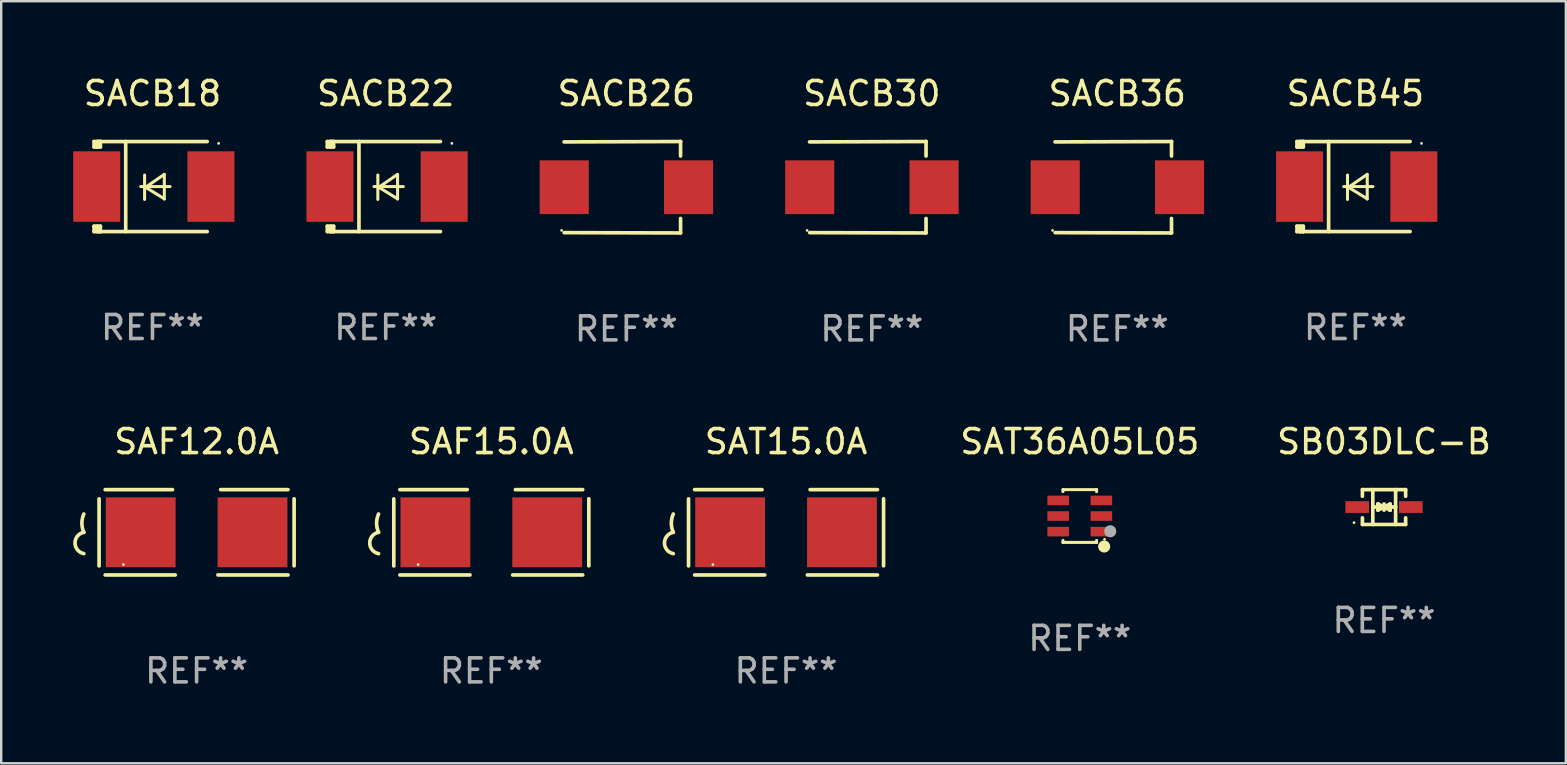
<source format=kicad_pcb>
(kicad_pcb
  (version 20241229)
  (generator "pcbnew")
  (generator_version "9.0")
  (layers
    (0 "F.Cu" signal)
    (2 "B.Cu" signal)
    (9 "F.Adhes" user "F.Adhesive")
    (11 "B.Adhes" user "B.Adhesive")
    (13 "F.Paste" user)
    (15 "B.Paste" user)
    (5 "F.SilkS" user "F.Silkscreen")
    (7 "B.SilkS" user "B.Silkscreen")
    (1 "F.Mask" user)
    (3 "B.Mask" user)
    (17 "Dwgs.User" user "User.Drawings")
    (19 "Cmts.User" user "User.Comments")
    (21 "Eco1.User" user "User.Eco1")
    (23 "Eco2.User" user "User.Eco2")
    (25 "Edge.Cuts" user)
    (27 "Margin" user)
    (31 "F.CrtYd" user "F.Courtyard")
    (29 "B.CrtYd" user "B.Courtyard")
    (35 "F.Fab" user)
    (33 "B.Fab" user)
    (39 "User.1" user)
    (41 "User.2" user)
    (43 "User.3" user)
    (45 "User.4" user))
  (footprint "SAF15.0A"
    (layer "F.Cu")
    (at 17.425 19.133)
    (property "Reference" "SAF15.0A" (at 0 -3.778 0) (layer "F.SilkS") (effects (font (size 1 1) (thickness 0.15))))
    (attr through_hole)
    (fp_line (start -4.064 -1.393) (end -4.064 1.401) (stroke (width 0.152) (type solid)) (layer "F.SilkS"))
    (fp_line (start -3.81 -1.778) (end -1.002 -1.778) (stroke (width 0.152) (type solid)) (layer "F.SilkS"))
    (fp_line (start -0.889 1.778) (end -3.81 1.778) (stroke (width 0.152) (type solid)) (layer "F.SilkS"))
    (fp_line (start 0.889 1.778) (end 3.81 1.778) (stroke (width 0.152) (type solid)) (layer "F.SilkS"))
    (fp_line (start 3.81 -1.778) (end 1.002 -1.778) (stroke (width 0.152) (type solid)) (layer "F.SilkS"))
    (fp_line (start 4.064 -1.397) (end 4.064 1.397) (stroke (width 0.152) (type solid)) (layer "F.SilkS"))
    (fp_arc (start -4.699009 0) (mid -4.780645 -0.381001) (end -4.699009 -0.762002) (stroke (width 0.151994) (type solid)) (layer "F.SilkS"))
    (fp_arc (start -4.699009 0.889002) (mid -5.066697 0.444501) (end -4.699009 0) (stroke (width 0.151994) (type solid)) (layer "F.SilkS"))
    (fp_circle (center -3.05 1.347) (end -3.02 1.347) (stroke (width 0.06) (type solid)) (fill no) (layer "F.SilkS"))
    (fp_text user "REF**" (at 0 5.778 0) (layer "F.Fab") (effects (font (size 1 1) (thickness 0.15))))
    (pad "1" smd rect (at -2.33 0) (size 2.91 2.911) (layers "F.Cu" "F.Mask" "F.Paste"))
    (pad "2" smd rect (at 2.33 0) (size 2.91 2.911) (layers "F.Cu" "F.Mask" "F.Paste")))
  (footprint "SAT15.0A"
    (layer "F.Cu")
    (at 29.708 19.133)
    (property "Reference" "SAT15.0A" (at 0 -3.778 0) (layer "F.SilkS") (effects (font (size 1 1) (thickness 0.15))))
    (attr through_hole)
    (fp_line (start -4.064 -1.393) (end -4.064 1.401) (stroke (width 0.152) (type solid)) (layer "F.SilkS"))
    (fp_line (start -3.81 -1.778) (end -1.002 -1.778) (stroke (width 0.152) (type solid)) (layer "F.SilkS"))
    (fp_line (start -0.889 1.778) (end -3.81 1.778) (stroke (width 0.152) (type solid)) (layer "F.SilkS"))
    (fp_line (start 0.889 1.778) (end 3.81 1.778) (stroke (width 0.152) (type solid)) (layer "F.SilkS"))
    (fp_line (start 3.81 -1.778) (end 1.002 -1.778) (stroke (width 0.152) (type solid)) (layer "F.SilkS"))
    (fp_line (start 4.064 -1.397) (end 4.064 1.397) (stroke (width 0.152) (type solid)) (layer "F.SilkS"))
    (fp_arc (start -4.699009 0) (mid -4.780645 -0.381001) (end -4.699009 -0.762002) (stroke (width 0.151994) (type solid)) (layer "F.SilkS"))
    (fp_arc (start -4.699009 0.889002) (mid -5.066697 0.444501) (end -4.699009 0) (stroke (width 0.151994) (type solid)) (layer "F.SilkS"))
    (fp_circle (center -3.05 1.347) (end -3.02 1.347) (stroke (width 0.06) (type solid)) (fill no) (layer "F.SilkS"))
    (fp_text user "REF**" (at 0 5.778 0) (layer "F.Fab") (effects (font (size 1 1) (thickness 0.15))))
    (pad "1" smd rect (at -2.33 0) (size 2.91 2.911) (layers "F.Cu" "F.Mask" "F.Paste"))
    (pad "2" smd rect (at 2.33 0) (size 2.91 2.911) (layers "F.Cu" "F.Mask" "F.Paste")))
  (footprint "SAT36A05L05"
    (layer "F.Cu")
    (at 41.949 18.455)
    (property "Reference" "SAT36A05L05" (at 0 -3.1 0) (layer "F.SilkS") (effects (font (size 1 1) (thickness 0.15))))
    (attr through_hole)
    (fp_line (start -0.7 -1.018) (end -0.7 -1.1) (stroke (width 0.127) (type solid)) (layer "F.SilkS"))
    (fp_line (start -0.7 1.1) (end -0.7 1.018) (stroke (width 0.127) (type solid)) (layer "F.SilkS"))
    (fp_line (start 0.7 -1.1) (end -0.7 -1.1) (stroke (width 0.127) (type solid)) (layer "F.SilkS"))
    (fp_line (start 0.7 -1.018) (end 0.7 -1.1) (stroke (width 0.127) (type solid)) (layer "F.SilkS"))
    (fp_line (start 0.7 1.1) (end -0.7 1.1) (stroke (width 0.127) (type solid)) (layer "F.SilkS"))
    (fp_line (start 0.7 1.1) (end 0.7 1.018) (stroke (width 0.127) (type solid)) (layer "F.SilkS"))
    (fp_circle (center 1.016 1.27) (end 1.143 1.27) (stroke (width 0.254) (type solid)) (fill no) (layer "F.SilkS"))
    (fp_circle (center 1.032 0.97) (end 1.062 0.97) (stroke (width 0.06) (type solid)) (fill no) (layer "F.SilkS"))
    (fp_circle (center 1.27 0.635) (end 1.397 0.635) (stroke (width 0.254) (type solid)) (fill no) (layer "F.Fab"))
    (fp_text user "REF**" (at 0 5.1 0) (layer "F.Fab") (effects (font (size 1 1) (thickness 0.15))))
    (pad "1" smd rect (at 0.9 0.65 90) (size 0.4 0.9) (layers "F.Cu" "F.Mask" "F.Paste"))
    (pad "2" smd rect (at 0.9 -0.000102 90) (size 0.4 0.9) (layers "F.Cu" "F.Mask" "F.Paste"))
    (pad "3" smd rect (at 0.9 -0.65 90) (size 0.4 0.9) (layers "F.Cu" "F.Mask" "F.Paste"))
    (pad "4" smd rect (at -0.9 -0.65 90) (size 0.4 0.9) (layers "F.Cu" "F.Mask" "F.Paste"))
    (pad "5" smd rect (at -0.9 -0.000102 90) (size 0.4 0.9) (layers "F.Cu" "F.Mask" "F.Paste"))
    (pad "6" smd rect (at -0.9 0.65 90) (size 0.4 0.9) (layers "F.Cu" "F.Mask" "F.Paste")))
  (footprint "SACB26"
    (layer "F.Cu")
    (at 23.052 4.753)
    (property "Reference" "SACB26" (at 0 -3.905 0) (layer "F.SilkS") (effects (font (size 1 1) (thickness 0.15))))
    (attr through_hole)
    (fp_line (start 2.256 -1.905) (end -2.594 -1.889) (stroke (width 0.152) (type solid)) (layer "F.SilkS"))
    (fp_line (start 2.256 -1.905) (end 2.26 -1.905) (stroke (width 0.152) (type solid)) (layer "F.SilkS"))
    (fp_line (start 2.26 -1.905) (end 2.26 -1.301) (stroke (width 0.152) (type solid)) (layer "F.SilkS"))
    (fp_line (start 2.26 1.301) (end 2.26 1.905) (stroke (width 0.152) (type solid)) (layer "F.SilkS"))
    (fp_line (start 2.26 1.905) (end -2.59 1.892) (stroke (width 0.152) (type solid)) (layer "F.SilkS"))
    (fp_circle (center -2.697 1.8) (end -2.667 1.8) (stroke (width 0.06) (type solid)) (fill no) (layer "F.SilkS"))
    (fp_text user "REF**" (at 0 5.905 0) (layer "F.Fab") (effects (font (size 1 1) (thickness 0.15))))
    (pad "1" smd rect (at -2.588 0) (size 2.047 2.241) (layers "F.Cu" "F.Mask" "F.Paste"))
    (pad "2" smd rect (at 2.594 0) (size 2.047 2.241) (layers "F.Cu" "F.Mask" "F.Paste")))
  (footprint "SB03DLC-B"
    (layer "F.Cu")
    (at 54.628 18.081)
    (property "Reference" "SB03DLC-B" (at 0 -2.726 0) (layer "F.SilkS") (effects (font (size 1 1) (thickness 0.15))))
    (attr through_hole)
    (fp_line (start -0.901 -0.726) (end -0.901 -0.448) (stroke (width 0.152) (type solid)) (layer "F.SilkS"))
    (fp_line (start -0.901 0.726) (end -0.901 0.448) (stroke (width 0.152) (type solid)) (layer "F.SilkS"))
    (fp_line (start -0.467 0) (end 0.483 -0.003) (stroke (width 0.154) (type solid)) (layer "F.SilkS"))
    (fp_line (start -0.467 0.726) (end -0.467 -0.726) (stroke (width 0.152) (type solid)) (layer "F.SilkS"))
    (fp_line (start -0.254 -0.127) (end -0.254 -0.127) (stroke (width 0.154) (type solid)) (layer "F.SilkS"))
    (fp_line (start -0.254 -0.127) (end -0.002 -0.003) (stroke (width 0.154) (type solid)) (layer "F.SilkS"))
    (fp_line (start -0.254 0.127) (end -0.254 -0.127) (stroke (width 0.154) (type solid)) (layer "F.SilkS"))
    (fp_line (start -0.127 0) (end 0.003 0) (stroke (width 0.154) (type solid)) (layer "F.SilkS"))
    (fp_line (start -0.003 0) (end -0.254 0.127) (stroke (width 0.154) (type solid)) (layer "F.SilkS"))
    (fp_line (start 0 -0.127) (end 0 0.127) (stroke (width 0.154) (type solid)) (layer "F.SilkS"))
    (fp_line (start 0.003 0) (end 0.254 -0.127) (stroke (width 0.154) (type solid)) (layer "F.SilkS"))
    (fp_line (start 0.127 0) (end -0.003 0) (stroke (width 0.154) (type solid)) (layer "F.SilkS"))
    (fp_line (start 0.254 -0.127) (end 0.254 0.127) (stroke (width 0.154) (type solid)) (layer "F.SilkS"))
    (fp_line (start 0.254 0.127) (end 0.002 0.003) (stroke (width 0.154) (type solid)) (layer "F.SilkS"))
    (fp_line (start 0.254 0.127) (end 0.254 0.127) (stroke (width 0.154) (type solid)) (layer "F.SilkS"))
    (fp_line (start 0.483 0.726) (end 0.483 -0.726) (stroke (width 0.152) (type solid)) (layer "F.SilkS"))
    (fp_line (start 0.901 -0.726) (end -0.901 -0.726) (stroke (width 0.152) (type solid)) (layer "F.SilkS"))
    (fp_line (start 0.901 -0.726) (end 0.901 -0.448) (stroke (width 0.152) (type solid)) (layer "F.SilkS"))
    (fp_line (start 0.901 0.726) (end -0.901 0.726) (stroke (width 0.152) (type solid)) (layer "F.SilkS"))
    (fp_line (start 0.901 0.726) (end 0.901 0.448) (stroke (width 0.152) (type solid)) (layer "F.SilkS"))
    (fp_circle (center -1.25 0.65) (end -1.22 0.65) (stroke (width 0.06) (type solid)) (fill no) (layer "F.SilkS"))
    (fp_text user "REF**" (at 0 4.726 0) (layer "F.Fab") (effects (font (size 1 1) (thickness 0.15))))
    (pad "1" smd rect (at -1.118 0) (size 0.985 0.49) (layers "F.Cu" "F.Mask" "F.Paste"))
    (pad "2" smd rect (at 1.118 0) (size 0.985 0.49) (layers "F.Cu" "F.Mask" "F.Paste")))
  (footprint "SAF12.0A"
    (layer "F.Cu")
    (at 5.143 19.133)
    (property "Reference" "SAF12.0A" (at 0 -3.778 0) (layer "F.SilkS") (effects (font (size 1 1) (thickness 0.15))))
    (attr through_hole)
    (fp_line (start -4.064 -1.393) (end -4.064 1.401) (stroke (width 0.152) (type solid)) (layer "F.SilkS"))
    (fp_line (start -3.81 -1.778) (end -1.002 -1.778) (stroke (width 0.152) (type solid)) (layer "F.SilkS"))
    (fp_line (start -0.889 1.778) (end -3.81 1.778) (stroke (width 0.152) (type solid)) (layer "F.SilkS"))
    (fp_line (start 0.889 1.778) (end 3.81 1.778) (stroke (width 0.152) (type solid)) (layer "F.SilkS"))
    (fp_line (start 3.81 -1.778) (end 1.002 -1.778) (stroke (width 0.152) (type solid)) (layer "F.SilkS"))
    (fp_line (start 4.064 -1.397) (end 4.064 1.397) (stroke (width 0.152) (type solid)) (layer "F.SilkS"))
    (fp_arc (start -4.699009 0) (mid -4.780645 -0.381001) (end -4.699009 -0.762002) (stroke (width 0.151994) (type solid)) (layer "F.SilkS"))
    (fp_arc (start -4.699009 0.889002) (mid -5.066697 0.444501) (end -4.699009 0) (stroke (width 0.151994) (type solid)) (layer "F.SilkS"))
    (fp_circle (center -3.05 1.347) (end -3.02 1.347) (stroke (width 0.06) (type solid)) (fill no) (layer "F.SilkS"))
    (fp_text user "REF**" (at 0 5.778 0) (layer "F.Fab") (effects (font (size 1 1) (thickness 0.15))))
    (pad "1" smd rect (at -2.33 0) (size 2.91 2.911) (layers "F.Cu" "F.Mask" "F.Paste"))
    (pad "2" smd rect (at 2.33 0) (size 2.91 2.911) (layers "F.Cu" "F.Mask" "F.Paste")))
  (footprint "SACB18"
    (layer "F.Cu")
    (at 3.305 4.725)
    (property "Reference" "SACB18" (at 0 -3.876 0) (layer "F.SilkS") (effects (font (size 1 1) (thickness 0.15))))
    (attr through_hole)
    (fp_line (start -2.435 1.65) (end -2.171 1.65) (stroke (width 0.152) (type solid)) (layer "F.SilkS"))
    (fp_line (start -2.435 1.876) (end -2.435 1.65) (stroke (width 0.152) (type solid)) (layer "F.SilkS"))
    (fp_line (start -2.435 -1.876) (end -2.171 -1.876) (stroke (width 0.152) (type solid)) (layer "F.SilkS"))
    (fp_line (start -2.435 -1.65) (end -2.435 -1.876) (stroke (width 0.152) (type solid)) (layer "F.SilkS"))
    (fp_line (start -2.305 -1.866) (end -2.295 -1.876) (stroke (width 0.152) (type solid)) (layer "F.SilkS"))
    (fp_line (start -2.305 -1.65) (end -2.305 -1.866) (stroke (width 0.152) (type solid)) (layer "F.SilkS"))
    (fp_line (start -2.305 1.876) (end -2.305 1.65) (stroke (width 0.152) (type solid)) (layer "F.SilkS"))
    (fp_line (start -2.295 -1.876) (end -2.295 -1.65) (stroke (width 0.152) (type solid)) (layer "F.SilkS"))
    (fp_line (start -2.171 1.876) (end -2.435 1.876) (stroke (width 0.152) (type solid)) (layer "F.SilkS"))
    (fp_line (start -2.171 -1.65) (end -2.435 -1.65) (stroke (width 0.152) (type solid)) (layer "F.SilkS"))
    (fp_line (start -2.171 -1.876) (end -2.295 -1.876) (stroke (width 0.152) (type solid)) (layer "F.SilkS"))
    (fp_line (start -2.171 -1.65) (end -2.171 -1.876) (stroke (width 0.152) (type solid)) (layer "F.SilkS"))
    (fp_line (start -2.171 1.876) (end -2.305 1.876) (stroke (width 0.152) (type solid)) (layer "F.SilkS"))
    (fp_line (start -2.171 1.876) (end -2.171 1.65) (stroke (width 0.152) (type solid)) (layer "F.SilkS"))
    (fp_line (start -1.116 1.876) (end -1.116 -1.876) (stroke (width 0.152) (type solid)) (layer "F.SilkS"))
    (fp_line (start -0.488 0.000102) (end 0.731 0.000102) (stroke (width 0.127) (type solid)) (layer "F.SilkS"))
    (fp_line (start -0.329 -0.48) (end -0.329 0.536) (stroke (width 0.127) (type solid)) (layer "F.SilkS"))
    (fp_line (start -0.29 0.03) (end 0.493 0.51) (stroke (width 0.127) (type solid)) (layer "F.SilkS"))
    (fp_line (start 0.493 -0.51) (end -0.29 0.03) (stroke (width 0.127) (type solid)) (layer "F.SilkS"))
    (fp_line (start 0.493 0.52) (end 0.493 -0.496) (stroke (width 0.127) (type solid)) (layer "F.SilkS"))
    (fp_line (start 2.281 -1.876) (end -2.171 -1.876) (stroke (width 0.152) (type solid)) (layer "F.SilkS"))
    (fp_line (start 2.281 1.876) (end -2.171 1.876) (stroke (width 0.152) (type solid)) (layer "F.SilkS"))
    (fp_circle (center 2.755 -1.8) (end 2.785 -1.8) (stroke (width 0.06) (type solid)) (fill no) (layer "F.SilkS"))
    (fp_text user "REF**" (at 0 5.876 0) (layer "F.Fab") (effects (font (size 1 1) (thickness 0.15))))
    (pad "1" smd rect (at 2.435 -0.000025 180) (size 1.96 2.94) (layers "F.Cu" "F.Mask" "F.Paste"))
    (pad "2" smd rect (at -2.325 -0.000025 180) (size 1.96 2.94) (layers "F.Cu" "F.Mask" "F.Paste")))
  (footprint "SACB45"
    (layer "F.Cu")
    (at 53.435 4.725)
    (property "Reference" "SACB45" (at 0 -3.876 0) (layer "F.SilkS") (effects (font (size 1 1) (thickness 0.15))))
    (attr through_hole)
    (fp_line (start -2.435 1.65) (end -2.171 1.65) (stroke (width 0.152) (type solid)) (layer "F.SilkS"))
    (fp_line (start -2.435 1.876) (end -2.435 1.65) (stroke (width 0.152) (type solid)) (layer "F.SilkS"))
    (fp_line (start -2.435 -1.876) (end -2.171 -1.876) (stroke (width 0.152) (type solid)) (layer "F.SilkS"))
    (fp_line (start -2.435 -1.65) (end -2.435 -1.876) (stroke (width 0.152) (type solid)) (layer "F.SilkS"))
    (fp_line (start -2.305 -1.866) (end -2.295 -1.876) (stroke (width 0.152) (type solid)) (layer "F.SilkS"))
    (fp_line (start -2.305 -1.65) (end -2.305 -1.866) (stroke (width 0.152) (type solid)) (layer "F.SilkS"))
    (fp_line (start -2.305 1.876) (end -2.305 1.65) (stroke (width 0.152) (type solid)) (layer "F.SilkS"))
    (fp_line (start -2.295 -1.876) (end -2.295 -1.65) (stroke (width 0.152) (type solid)) (layer "F.SilkS"))
    (fp_line (start -2.171 1.876) (end -2.435 1.876) (stroke (width 0.152) (type solid)) (layer "F.SilkS"))
    (fp_line (start -2.171 -1.65) (end -2.435 -1.65) (stroke (width 0.152) (type solid)) (layer "F.SilkS"))
    (fp_line (start -2.171 -1.876) (end -2.295 -1.876) (stroke (width 0.152) (type solid)) (layer "F.SilkS"))
    (fp_line (start -2.171 -1.65) (end -2.171 -1.876) (stroke (width 0.152) (type solid)) (layer "F.SilkS"))
    (fp_line (start -2.171 1.876) (end -2.305 1.876) (stroke (width 0.152) (type solid)) (layer "F.SilkS"))
    (fp_line (start -2.171 1.876) (end -2.171 1.65) (stroke (width 0.152) (type solid)) (layer "F.SilkS"))
    (fp_line (start -1.116 1.876) (end -1.116 -1.876) (stroke (width 0.152) (type solid)) (layer "F.SilkS"))
    (fp_line (start -0.488 0.000102) (end 0.731 0.000102) (stroke (width 0.127) (type solid)) (layer "F.SilkS"))
    (fp_line (start -0.329 -0.48) (end -0.329 0.536) (stroke (width 0.127) (type solid)) (layer "F.SilkS"))
    (fp_line (start -0.29 0.03) (end 0.493 0.51) (stroke (width 0.127) (type solid)) (layer "F.SilkS"))
    (fp_line (start 0.493 -0.51) (end -0.29 0.03) (stroke (width 0.127) (type solid)) (layer "F.SilkS"))
    (fp_line (start 0.493 0.52) (end 0.493 -0.496) (stroke (width 0.127) (type solid)) (layer "F.SilkS"))
    (fp_line (start 2.281 -1.876) (end -2.171 -1.876) (stroke (width 0.152) (type solid)) (layer "F.SilkS"))
    (fp_line (start 2.281 1.876) (end -2.171 1.876) (stroke (width 0.152) (type solid)) (layer "F.SilkS"))
    (fp_circle (center 2.755 -1.8) (end 2.785 -1.8) (stroke (width 0.06) (type solid)) (fill no) (layer "F.SilkS"))
    (fp_text user "REF**" (at 0 5.876 0) (layer "F.Fab") (effects (font (size 1 1) (thickness 0.15))))
    (pad "1" smd rect (at 2.435 -0.000025 180) (size 1.96 2.94) (layers "F.Cu" "F.Mask" "F.Paste"))
    (pad "2" smd rect (at -2.325 -0.000025 180) (size 1.96 2.94) (layers "F.Cu" "F.Mask" "F.Paste")))
  (footprint "SACB30"
    (layer "F.Cu")
    (at 33.282 4.753)
    (property "Reference" "SACB30" (at 0 -3.905 0) (layer "F.SilkS") (effects (font (size 1 1) (thickness 0.15))))
    (attr through_hole)
    (fp_line (start 2.256 -1.905) (end -2.594 -1.889) (stroke (width 0.152) (type solid)) (layer "F.SilkS"))
    (fp_line (start 2.256 -1.905) (end 2.26 -1.905) (stroke (width 0.152) (type solid)) (layer "F.SilkS"))
    (fp_line (start 2.26 -1.905) (end 2.26 -1.301) (stroke (width 0.152) (type solid)) (layer "F.SilkS"))
    (fp_line (start 2.26 1.301) (end 2.26 1.905) (stroke (width 0.152) (type solid)) (layer "F.SilkS"))
    (fp_line (start 2.26 1.905) (end -2.59 1.892) (stroke (width 0.152) (type solid)) (layer "F.SilkS"))
    (fp_circle (center -2.697 1.8) (end -2.667 1.8) (stroke (width 0.06) (type solid)) (fill no) (layer "F.SilkS"))
    (fp_text user "REF**" (at 0 5.905 0) (layer "F.Fab") (effects (font (size 1 1) (thickness 0.15))))
    (pad "1" smd rect (at -2.588 0) (size 2.047 2.241) (layers "F.Cu" "F.Mask" "F.Paste"))
    (pad "2" smd rect (at 2.594 0) (size 2.047 2.241) (layers "F.Cu" "F.Mask" "F.Paste")))
  (footprint "SACB22"
    (layer "F.Cu")
    (at 13.025 4.725)
    (property "Reference" "SACB22" (at 0 -3.876 0) (layer "F.SilkS") (effects (font (size 1 1) (thickness 0.15))))
    (attr through_hole)
    (fp_line (start -2.435 1.65) (end -2.171 1.65) (stroke (width 0.152) (type solid)) (layer "F.SilkS"))
    (fp_line (start -2.435 1.876) (end -2.435 1.65) (stroke (width 0.152) (type solid)) (layer "F.SilkS"))
    (fp_line (start -2.435 -1.876) (end -2.171 -1.876) (stroke (width 0.152) (type solid)) (layer "F.SilkS"))
    (fp_line (start -2.435 -1.65) (end -2.435 -1.876) (stroke (width 0.152) (type solid)) (layer "F.SilkS"))
    (fp_line (start -2.305 -1.866) (end -2.295 -1.876) (stroke (width 0.152) (type solid)) (layer "F.SilkS"))
    (fp_line (start -2.305 -1.65) (end -2.305 -1.866) (stroke (width 0.152) (type solid)) (layer "F.SilkS"))
    (fp_line (start -2.305 1.876) (end -2.305 1.65) (stroke (width 0.152) (type solid)) (layer "F.SilkS"))
    (fp_line (start -2.295 -1.876) (end -2.295 -1.65) (stroke (width 0.152) (type solid)) (layer "F.SilkS"))
    (fp_line (start -2.171 1.876) (end -2.435 1.876) (stroke (width 0.152) (type solid)) (layer "F.SilkS"))
    (fp_line (start -2.171 -1.65) (end -2.435 -1.65) (stroke (width 0.152) (type solid)) (layer "F.SilkS"))
    (fp_line (start -2.171 -1.876) (end -2.295 -1.876) (stroke (width 0.152) (type solid)) (layer "F.SilkS"))
    (fp_line (start -2.171 -1.65) (end -2.171 -1.876) (stroke (width 0.152) (type solid)) (layer "F.SilkS"))
    (fp_line (start -2.171 1.876) (end -2.305 1.876) (stroke (width 0.152) (type solid)) (layer "F.SilkS"))
    (fp_line (start -2.171 1.876) (end -2.171 1.65) (stroke (width 0.152) (type solid)) (layer "F.SilkS"))
    (fp_line (start -1.116 1.876) (end -1.116 -1.876) (stroke (width 0.152) (type solid)) (layer "F.SilkS"))
    (fp_line (start -0.488 0.000102) (end 0.731 0.000102) (stroke (width 0.127) (type solid)) (layer "F.SilkS"))
    (fp_line (start -0.329 -0.48) (end -0.329 0.536) (stroke (width 0.127) (type solid)) (layer "F.SilkS"))
    (fp_line (start -0.29 0.03) (end 0.493 0.51) (stroke (width 0.127) (type solid)) (layer "F.SilkS"))
    (fp_line (start 0.493 -0.51) (end -0.29 0.03) (stroke (width 0.127) (type solid)) (layer "F.SilkS"))
    (fp_line (start 0.493 0.52) (end 0.493 -0.496) (stroke (width 0.127) (type solid)) (layer "F.SilkS"))
    (fp_line (start 2.281 -1.876) (end -2.171 -1.876) (stroke (width 0.152) (type solid)) (layer "F.SilkS"))
    (fp_line (start 2.281 1.876) (end -2.171 1.876) (stroke (width 0.152) (type solid)) (layer "F.SilkS"))
    (fp_circle (center 2.755 -1.8) (end 2.785 -1.8) (stroke (width 0.06) (type solid)) (fill no) (layer "F.SilkS"))
    (fp_text user "REF**" (at 0 5.876 0) (layer "F.Fab") (effects (font (size 1 1) (thickness 0.15))))
    (pad "1" smd rect (at 2.435 -0.000025 180) (size 1.96 2.94) (layers "F.Cu" "F.Mask" "F.Paste"))
    (pad "2" smd rect (at -2.325 -0.000025 180) (size 1.96 2.94) (layers "F.Cu" "F.Mask" "F.Paste")))
  (footprint "SACB36"
    (layer "F.Cu")
    (at 43.512 4.753)
    (property "Reference" "SACB36" (at 0 -3.905 0) (layer "F.SilkS") (effects (font (size 1 1) (thickness 0.15))))
    (attr through_hole)
    (fp_line (start 2.256 -1.905) (end -2.594 -1.889) (stroke (width 0.152) (type solid)) (layer "F.SilkS"))
    (fp_line (start 2.256 -1.905) (end 2.26 -1.905) (stroke (width 0.152) (type solid)) (layer "F.SilkS"))
    (fp_line (start 2.26 -1.905) (end 2.26 -1.301) (stroke (width 0.152) (type solid)) (layer "F.SilkS"))
    (fp_line (start 2.26 1.301) (end 2.26 1.905) (stroke (width 0.152) (type solid)) (layer "F.SilkS"))
    (fp_line (start 2.26 1.905) (end -2.59 1.892) (stroke (width 0.152) (type solid)) (layer "F.SilkS"))
    (fp_circle (center -2.697 1.8) (end -2.667 1.8) (stroke (width 0.06) (type solid)) (fill no) (layer "F.SilkS"))
    (fp_text user "REF**" (at 0 5.905 0) (layer "F.Fab") (effects (font (size 1 1) (thickness 0.15))))
    (pad "1" smd rect (at -2.588 0) (size 2.047 2.241) (layers "F.Cu" "F.Mask" "F.Paste"))
    (pad "2" smd rect (at 2.594 0) (size 2.047 2.241) (layers "F.Cu" "F.Mask" "F.Paste")))
  (gr_rect
    (start -3 -3)
    (end 62.205 28.759)
    (stroke (width 0.1) (type default))
    (fill no)
    (layer "Edge.Cuts")))
</source>
